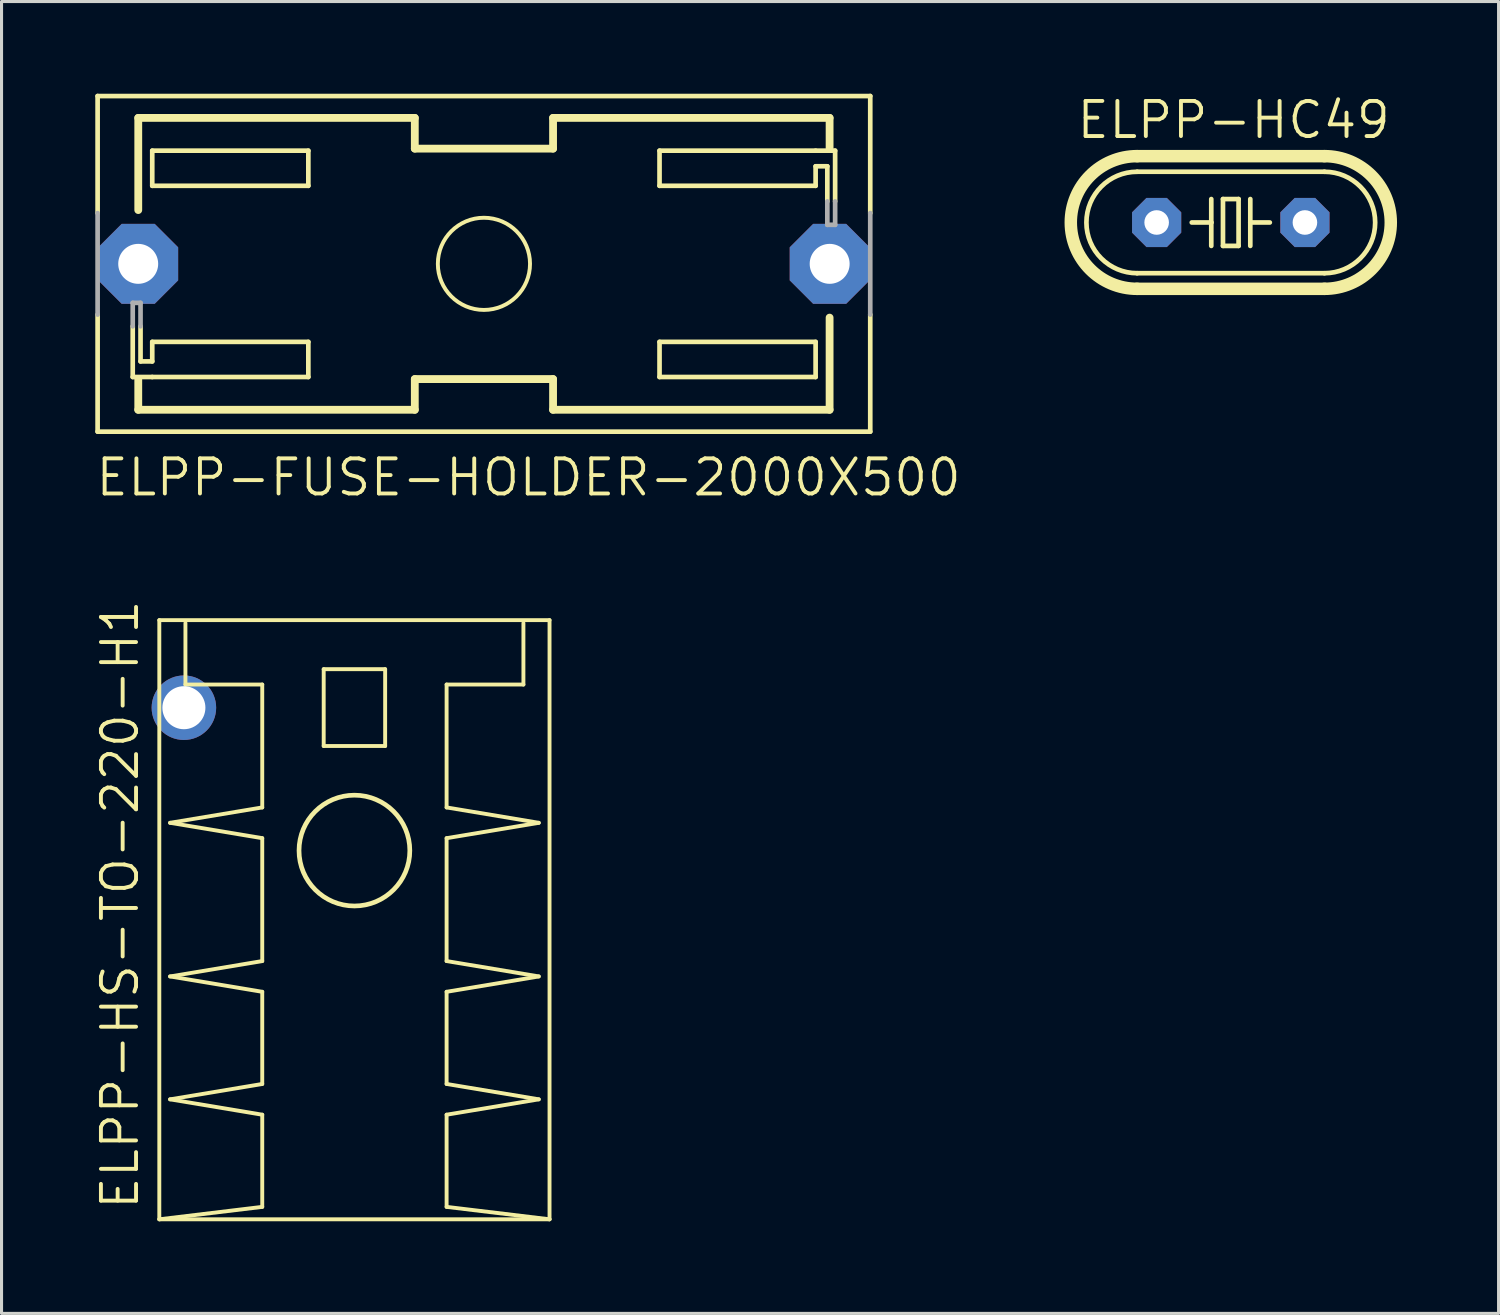
<source format=kicad_pcb>
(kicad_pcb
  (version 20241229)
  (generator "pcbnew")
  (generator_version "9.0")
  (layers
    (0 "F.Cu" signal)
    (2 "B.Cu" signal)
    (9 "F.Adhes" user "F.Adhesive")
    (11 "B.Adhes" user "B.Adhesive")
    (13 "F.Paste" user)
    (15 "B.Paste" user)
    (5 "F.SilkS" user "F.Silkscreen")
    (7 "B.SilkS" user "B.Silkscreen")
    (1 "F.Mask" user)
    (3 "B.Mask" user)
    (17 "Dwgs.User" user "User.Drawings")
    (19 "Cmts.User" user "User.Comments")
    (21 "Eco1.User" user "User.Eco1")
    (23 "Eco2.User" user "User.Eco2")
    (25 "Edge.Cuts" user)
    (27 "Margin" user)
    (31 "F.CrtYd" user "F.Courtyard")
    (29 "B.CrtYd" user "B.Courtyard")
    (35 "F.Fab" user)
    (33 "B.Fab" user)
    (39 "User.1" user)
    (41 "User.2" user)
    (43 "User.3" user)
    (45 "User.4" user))
  (footprint "ELPP-HS-TO-220-H1"
    (layer "F.Cu")
    (at 8.485 30.729)
    (property "Reference" "ELPP-HS-TO-220-H1" (at -6.961 5.652 90) (unlocked yes) (layer "F.SilkS") (effects (font (size 1.143 1.143) (thickness 0.127)) (justify left bottom)))
    (fp_line (start -6.35 -13.596) (end -6.35 5.904) (stroke (width 0.127) (type solid)) (layer "F.SilkS"))
    (fp_line (start -6.35 -13.596) (end 6.35 -13.596) (stroke (width 0.127) (type solid)) (layer "F.SilkS"))
    (fp_line (start -6.35 5.904) (end 6.35 5.904) (stroke (width 0.127) (type solid)) (layer "F.SilkS"))
    (fp_line (start -6 -7) (end -3 -6.5) (stroke (width 0.127) (type solid)) (layer "F.SilkS"))
    (fp_line (start -6 -2) (end -3 -1.5) (stroke (width 0.127) (type solid)) (layer "F.SilkS"))
    (fp_line (start -6 2) (end -3 2.5) (stroke (width 0.127) (type solid)) (layer "F.SilkS"))
    (fp_line (start -5.5 -11.5) (end -5.5 -13.5) (stroke (width 0.127) (type solid)) (layer "F.SilkS"))
    (fp_line (start -3 -11.5) (end -5.5 -11.5) (stroke (width 0.127) (type solid)) (layer "F.SilkS"))
    (fp_line (start -3 -7.5) (end -6 -7) (stroke (width 0.127) (type solid)) (layer "F.SilkS"))
    (fp_line (start -3 -7.5) (end -3 -11.5) (stroke (width 0.127) (type solid)) (layer "F.SilkS"))
    (fp_line (start -3 -2.5) (end -6 -2) (stroke (width 0.127) (type solid)) (layer "F.SilkS"))
    (fp_line (start -3 -2.5) (end -3 -6.5) (stroke (width 0.127) (type solid)) (layer "F.SilkS"))
    (fp_line (start -3 1.5) (end -6 2) (stroke (width 0.127) (type solid)) (layer "F.SilkS"))
    (fp_line (start -3 1.5) (end -3 -1.5) (stroke (width 0.127) (type solid)) (layer "F.SilkS"))
    (fp_line (start -3 5.5) (end -6.35 5.904) (stroke (width 0.127) (type solid)) (layer "F.SilkS"))
    (fp_line (start -3 5.5) (end -3 2.5) (stroke (width 0.127) (type solid)) (layer "F.SilkS"))
    (fp_line (start -1 -12) (end -1 -9.5) (stroke (width 0.127) (type solid)) (layer "F.SilkS"))
    (fp_line (start -1 -9.5) (end 1 -9.5) (stroke (width 0.127) (type solid)) (layer "F.SilkS"))
    (fp_line (start 1 -12) (end -1 -12) (stroke (width 0.127) (type solid)) (layer "F.SilkS"))
    (fp_line (start 1 -9.5) (end 1 -12) (stroke (width 0.127) (type solid)) (layer "F.SilkS"))
    (fp_line (start 3 -11.5) (end 5.5 -11.5) (stroke (width 0.127) (type solid)) (layer "F.SilkS"))
    (fp_line (start 3 -7.5) (end 3 -11.5) (stroke (width 0.127) (type solid)) (layer "F.SilkS"))
    (fp_line (start 3 -6.5) (end 6 -7) (stroke (width 0.127) (type solid)) (layer "F.SilkS"))
    (fp_line (start 3 -2.5) (end 3 -6.5) (stroke (width 0.127) (type solid)) (layer "F.SilkS"))
    (fp_line (start 3 -2.5) (end 6 -2) (stroke (width 0.127) (type solid)) (layer "F.SilkS"))
    (fp_line (start 3 1.5) (end 3 -1.5) (stroke (width 0.127) (type solid)) (layer "F.SilkS"))
    (fp_line (start 3 1.5) (end 6 2) (stroke (width 0.127) (type solid)) (layer "F.SilkS"))
    (fp_line (start 3 5.5) (end 3 2.5) (stroke (width 0.127) (type solid)) (layer "F.SilkS"))
    (fp_line (start 3 5.5) (end 6.35 5.904) (stroke (width 0.127) (type solid)) (layer "F.SilkS"))
    (fp_line (start 5.5 -11.5) (end 5.5 -13.5) (stroke (width 0.127) (type solid)) (layer "F.SilkS"))
    (fp_line (start 6 -7) (end 3 -7.5) (stroke (width 0.127) (type solid)) (layer "F.SilkS"))
    (fp_line (start 6 -2) (end 3 -1.5) (stroke (width 0.127) (type solid)) (layer "F.SilkS"))
    (fp_line (start 6 2) (end 3 2.5) (stroke (width 0.127) (type solid)) (layer "F.SilkS"))
    (fp_line (start 6.35 -13.596) (end 6.35 5.904) (stroke (width 0.127) (type solid)) (layer "F.SilkS"))
    (fp_circle (center 0 -6.096) (end 1.803 -6.096) (stroke (width 0.152) (type solid)) (fill no) (layer "F.SilkS"))
    (pad "1" thru_hole circle (at -5.55 -10.746) (size 2.1 2.1) (drill 1.4) (layers "*.Cu" "*.Mask")))
  (footprint "ELPP-FUSE-HOLDER-2000X500"
    (layer "F.Cu")
    (at 12.7 5.537)
    (property "Reference" "ELPP-FUSE-HOLDER-2000X500" (at -12.7 7.62 0) (unlocked yes) (layer "F.SilkS") (effects (font (size 1.143 1.143) (thickness 0.127)) (justify left bottom)))
    (fp_line (start -12.573 -5.461) (end -12.573 -1.651) (stroke (width 0.152) (type solid)) (layer "F.SilkS"))
    (fp_line (start -12.573 1.651) (end -12.573 5.461) (stroke (width 0.152) (type solid)) (layer "F.SilkS"))
    (fp_line (start -12.573 5.461) (end 12.573 5.461) (stroke (width 0.152) (type solid)) (layer "F.SilkS"))
    (fp_line (start -11.43 3.683) (end -11.43 2.032) (stroke (width 0.152) (type solid)) (layer "F.SilkS"))
    (fp_line (start -11.25 -4.75) (end -11.25 -1.75) (stroke (width 0.254) (type solid)) (layer "F.SilkS"))
    (fp_line (start -11.25 -4.75) (end -2.25 -4.75) (stroke (width 0.254) (type solid)) (layer "F.SilkS"))
    (fp_line (start -11.25 3.75) (end -11.25 4.75) (stroke (width 0.254) (type solid)) (layer "F.SilkS"))
    (fp_line (start -11.25 4.75) (end -2.25 4.75) (stroke (width 0.254) (type solid)) (layer "F.SilkS"))
    (fp_line (start -11.176 2.032) (end -11.176 3.175) (stroke (width 0.152) (type solid)) (layer "F.SilkS"))
    (fp_line (start -11.176 3.175) (end -10.795 3.175) (stroke (width 0.152) (type solid)) (layer "F.SilkS"))
    (fp_line (start -10.795 -3.683) (end -10.795 -2.54) (stroke (width 0.152) (type solid)) (layer "F.SilkS"))
    (fp_line (start -10.795 -3.683) (end -5.715 -3.683) (stroke (width 0.152) (type solid)) (layer "F.SilkS"))
    (fp_line (start -10.795 -2.54) (end -5.715 -2.54) (stroke (width 0.152) (type solid)) (layer "F.SilkS"))
    (fp_line (start -10.795 2.54) (end -5.715 2.54) (stroke (width 0.152) (type solid)) (layer "F.SilkS"))
    (fp_line (start -10.795 3.175) (end -10.795 2.54) (stroke (width 0.152) (type solid)) (layer "F.SilkS"))
    (fp_line (start -10.795 3.683) (end -11.43 3.683) (stroke (width 0.152) (type solid)) (layer "F.SilkS"))
    (fp_line (start -5.715 -2.54) (end -5.715 -3.683) (stroke (width 0.152) (type solid)) (layer "F.SilkS"))
    (fp_line (start -5.715 3.683) (end -10.795 3.683) (stroke (width 0.152) (type solid)) (layer "F.SilkS"))
    (fp_line (start -5.715 3.683) (end -5.715 2.54) (stroke (width 0.152) (type solid)) (layer "F.SilkS"))
    (fp_line (start -2.25 -4.75) (end -2.25 -3.75) (stroke (width 0.254) (type solid)) (layer "F.SilkS"))
    (fp_line (start -2.25 -3.75) (end 2.25 -3.75) (stroke (width 0.254) (type solid)) (layer "F.SilkS"))
    (fp_line (start -2.25 3.75) (end -2.25 4.75) (stroke (width 0.254) (type solid)) (layer "F.SilkS"))
    (fp_line (start -2.25 3.75) (end 2.25 3.75) (stroke (width 0.254) (type solid)) (layer "F.SilkS"))
    (fp_line (start 2.25 -4.75) (end 2.25 -3.75) (stroke (width 0.254) (type solid)) (layer "F.SilkS"))
    (fp_line (start 2.25 -4.75) (end 11.25 -4.75) (stroke (width 0.254) (type solid)) (layer "F.SilkS"))
    (fp_line (start 2.25 3.75) (end 2.25 4.75) (stroke (width 0.254) (type solid)) (layer "F.SilkS"))
    (fp_line (start 2.25 4.75) (end 11.25 4.75) (stroke (width 0.254) (type solid)) (layer "F.SilkS"))
    (fp_line (start 5.715 -3.683) (end 5.715 -2.54) (stroke (width 0.152) (type solid)) (layer "F.SilkS"))
    (fp_line (start 5.715 -3.683) (end 10.795 -3.683) (stroke (width 0.152) (type solid)) (layer "F.SilkS"))
    (fp_line (start 5.715 2.54) (end 5.715 3.683) (stroke (width 0.152) (type solid)) (layer "F.SilkS"))
    (fp_line (start 10.795 -3.683) (end 11.43 -3.683) (stroke (width 0.152) (type solid)) (layer "F.SilkS"))
    (fp_line (start 10.795 -3.175) (end 10.795 -2.54) (stroke (width 0.152) (type solid)) (layer "F.SilkS"))
    (fp_line (start 10.795 -2.54) (end 5.715 -2.54) (stroke (width 0.152) (type solid)) (layer "F.SilkS"))
    (fp_line (start 10.795 2.54) (end 5.715 2.54) (stroke (width 0.152) (type solid)) (layer "F.SilkS"))
    (fp_line (start 10.795 3.683) (end 5.715 3.683) (stroke (width 0.152) (type solid)) (layer "F.SilkS"))
    (fp_line (start 10.795 3.683) (end 10.795 2.54) (stroke (width 0.152) (type solid)) (layer "F.SilkS"))
    (fp_line (start 11.176 -3.175) (end 10.795 -3.175) (stroke (width 0.152) (type solid)) (layer "F.SilkS"))
    (fp_line (start 11.176 -2.032) (end 11.176 -3.175) (stroke (width 0.152) (type solid)) (layer "F.SilkS"))
    (fp_line (start 11.25 -4.75) (end 11.25 -3.75) (stroke (width 0.254) (type solid)) (layer "F.SilkS"))
    (fp_line (start 11.25 1.75) (end 11.25 4.75) (stroke (width 0.254) (type solid)) (layer "F.SilkS"))
    (fp_line (start 11.43 -3.683) (end 11.43 -2.032) (stroke (width 0.152) (type solid)) (layer "F.SilkS"))
    (fp_line (start 12.573 -5.461) (end -12.573 -5.461) (stroke (width 0.152) (type solid)) (layer "F.SilkS"))
    (fp_line (start 12.573 -5.461) (end 12.573 -1.651) (stroke (width 0.152) (type solid)) (layer "F.SilkS"))
    (fp_line (start 12.573 1.651) (end 12.573 5.461) (stroke (width 0.152) (type solid)) (layer "F.SilkS"))
    (fp_circle (center 0 0) (end 1.5 0) (stroke (width 0.127) (type solid)) (fill no) (layer "F.SilkS"))
    (fp_line (start -12.573 1.651) (end -12.573 -1.651) (stroke (width 0.152) (type solid)) (layer "F.Fab"))
    (fp_line (start -11.43 1.27) (end -11.176 1.27) (stroke (width 0.152) (type solid)) (layer "F.Fab"))
    (fp_line (start -11.43 2.032) (end -11.43 1.27) (stroke (width 0.152) (type solid)) (layer "F.Fab"))
    (fp_line (start -11.176 1.27) (end -11.176 2.032) (stroke (width 0.152) (type solid)) (layer "F.Fab"))
    (fp_line (start 11.176 -1.27) (end 11.176 -2.032) (stroke (width 0.152) (type solid)) (layer "F.Fab"))
    (fp_line (start 11.43 -2.032) (end 11.43 -1.27) (stroke (width 0.152) (type solid)) (layer "F.Fab"))
    (fp_line (start 11.43 -1.27) (end 11.176 -1.27) (stroke (width 0.152) (type solid)) (layer "F.Fab"))
    (fp_line (start 12.573 1.651) (end 12.573 -1.651) (stroke (width 0.152) (type solid)) (layer "F.Fab"))
    (pad "1" thru_hole roundrect (at -11.252 0 90) (size 2.6 2.6) (drill 1.3) (layers "*.Cu" "*.Mask") (roundrect_rratio 0.25) (chamfer_ratio 0.293) (chamfer top_left top_right bottom_left bottom_right))
    (pad "2" thru_hole roundrect (at 11.252 0 90) (size 2.6 2.6) (drill 1.3) (layers "*.Cu" "*.Mask") (roundrect_rratio 0.25) (chamfer_ratio 0.293) (chamfer top_left top_right bottom_left bottom_right)))
  (footprint "ELPP-HC49"
    (layer "F.Cu")
    (at 37.007 4.191)
    (property "Reference" "ELPP-HC49" (at -5.08 -2.667 0) (unlocked yes) (layer "F.SilkS") (effects (font (size 1.143 1.143) (thickness 0.127)) (justify left bottom)))
    (fp_line (start -3.048 -2.159) (end 3.048 -2.159) (stroke (width 0.406) (type solid)) (layer "F.SilkS"))
    (fp_line (start -3.048 1.651) (end 3.048 1.651) (stroke (width 0.152) (type solid)) (layer "F.SilkS"))
    (fp_line (start -3.048 2.159) (end 3.048 2.159) (stroke (width 0.406) (type solid)) (layer "F.SilkS"))
    (fp_line (start -0.635 -0.762) (end -0.635 0) (stroke (width 0.152) (type solid)) (layer "F.SilkS"))
    (fp_line (start -0.635 0) (end -1.27 0) (stroke (width 0.152) (type solid)) (layer "F.SilkS"))
    (fp_line (start -0.635 0) (end -0.635 0.762) (stroke (width 0.152) (type solid)) (layer "F.SilkS"))
    (fp_line (start -0.254 -0.762) (end 0.254 -0.762) (stroke (width 0.152) (type solid)) (layer "F.SilkS"))
    (fp_line (start -0.254 0.762) (end -0.254 -0.762) (stroke (width 0.152) (type solid)) (layer "F.SilkS"))
    (fp_line (start 0.254 -0.762) (end 0.254 0.762) (stroke (width 0.152) (type solid)) (layer "F.SilkS"))
    (fp_line (start 0.254 0.762) (end -0.254 0.762) (stroke (width 0.152) (type solid)) (layer "F.SilkS"))
    (fp_line (start 0.635 -0.762) (end 0.635 0) (stroke (width 0.152) (type solid)) (layer "F.SilkS"))
    (fp_line (start 0.635 0) (end 0.635 0.762) (stroke (width 0.152) (type solid)) (layer "F.SilkS"))
    (fp_line (start 0.635 0) (end 1.27 0) (stroke (width 0.152) (type solid)) (layer "F.SilkS"))
    (fp_line (start 3.048 -1.651) (end -3.048 -1.651) (stroke (width 0.152) (type solid)) (layer "F.SilkS"))
    (fp_arc (start -3.048 1.651) (mid -4.699 0) (end -3.048 -1.651) (stroke (width 0.1524) (type solid)) (layer "F.SilkS"))
    (fp_arc (start -3.048 2.159) (mid -5.207 0) (end -3.048 -2.159) (stroke (width 0.4064) (type solid)) (layer "F.SilkS"))
    (fp_arc (start 3.048 -2.159) (mid 5.207 0) (end 3.048 2.159) (stroke (width 0.4064) (type solid)) (layer "F.SilkS"))
    (fp_arc (start 3.048 -1.651) (mid 4.699 0) (end 3.048 1.651) (stroke (width 0.1524) (type solid)) (layer "F.SilkS"))
    (pad "1" thru_hole roundrect (at -2.413 0) (size 1.6 1.6) (drill 0.8) (layers "*.Cu" "*.Mask") (roundrect_rratio 0.25) (chamfer_ratio 0.293) (chamfer top_left top_right bottom_left bottom_right))
    (pad "2" thru_hole roundrect (at 2.413 0) (size 1.6 1.6) (drill 0.8) (layers "*.Cu" "*.Mask") (roundrect_rratio 0.25) (chamfer_ratio 0.293) (chamfer top_left top_right bottom_left bottom_right))
    (zone (net_name "") (layers "F.Cu" "B.Cu") (hatch edge 0.5) (connect_pads) (min_thickness 0.25) (filled_areas_thickness no) (keepout (tracks allowed) (vias not_allowed) (pads allowed) (copperpour allowed) (footprints allowed)) (placement (enabled no)) (fill) (polygon (pts (xy 31.292 5.461) (xy 31.927 5.461) (xy 31.927 2.921) (xy 31.292 2.921))))
    (zone (net_name "") (layers "F.Cu" "B.Cu") (hatch edge 0.5) (connect_pads) (min_thickness 0.25) (filled_areas_thickness no) (keepout (tracks allowed) (vias not_allowed) (pads allowed) (copperpour allowed) (footprints allowed)) (placement (enabled no)) (fill) (polygon (pts (xy 31.927 6.096) (xy 32.562 6.096) (xy 32.562 2.286) (xy 31.927 2.286))))
    (zone (net_name "") (layers "F.Cu" "B.Cu") (hatch edge 0.5) (connect_pads) (min_thickness 0.25) (filled_areas_thickness no) (keepout (tracks allowed) (vias not_allowed) (pads allowed) (copperpour allowed) (footprints allowed)) (placement (enabled no)) (fill) (polygon (pts (xy 32.562 6.731) (xy 41.452 6.731) (xy 41.452 1.651) (xy 32.562 1.651))))
    (zone (net_name "") (layers "F.Cu" "B.Cu") (hatch edge 0.5) (connect_pads) (min_thickness 0.25) (filled_areas_thickness no) (keepout (tracks allowed) (vias not_allowed) (pads allowed) (copperpour allowed) (footprints allowed)) (placement (enabled no)) (fill) (polygon (pts (xy 41.452 6.096) (xy 42.087 6.096) (xy 42.087 2.286) (xy 41.452 2.286))))
    (zone (net_name "") (layers "F.Cu" "B.Cu") (hatch edge 0.5) (connect_pads) (min_thickness 0.25) (filled_areas_thickness no) (keepout (tracks allowed) (vias not_allowed) (pads allowed) (copperpour allowed) (footprints allowed)) (placement (enabled no)) (fill) (polygon (pts (xy 42.087 5.461) (xy 42.722 5.461) (xy 42.722 2.921) (xy 42.087 2.921)))))
  (gr_rect
    (start -3 -3)
    (end 45.722 39.696)
    (stroke (width 0.1) (type default))
    (fill no)
    (layer "Edge.Cuts")))
</source>
